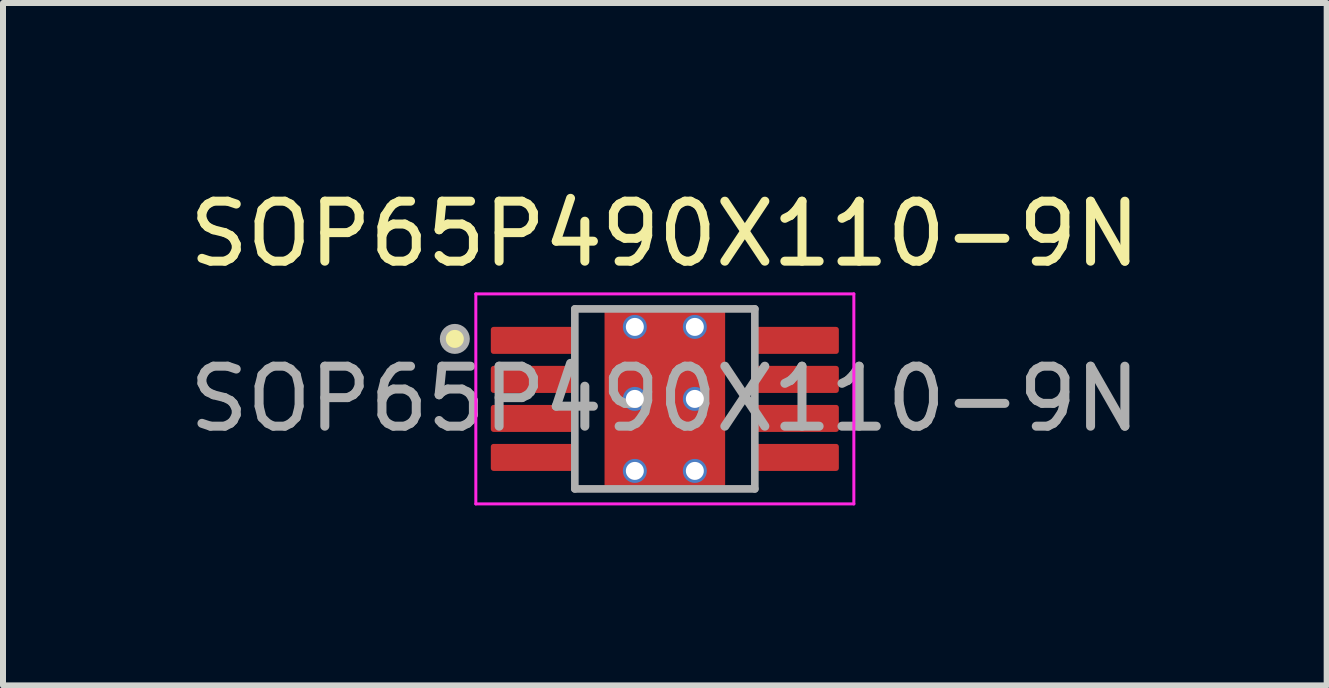
<source format=kicad_pcb>
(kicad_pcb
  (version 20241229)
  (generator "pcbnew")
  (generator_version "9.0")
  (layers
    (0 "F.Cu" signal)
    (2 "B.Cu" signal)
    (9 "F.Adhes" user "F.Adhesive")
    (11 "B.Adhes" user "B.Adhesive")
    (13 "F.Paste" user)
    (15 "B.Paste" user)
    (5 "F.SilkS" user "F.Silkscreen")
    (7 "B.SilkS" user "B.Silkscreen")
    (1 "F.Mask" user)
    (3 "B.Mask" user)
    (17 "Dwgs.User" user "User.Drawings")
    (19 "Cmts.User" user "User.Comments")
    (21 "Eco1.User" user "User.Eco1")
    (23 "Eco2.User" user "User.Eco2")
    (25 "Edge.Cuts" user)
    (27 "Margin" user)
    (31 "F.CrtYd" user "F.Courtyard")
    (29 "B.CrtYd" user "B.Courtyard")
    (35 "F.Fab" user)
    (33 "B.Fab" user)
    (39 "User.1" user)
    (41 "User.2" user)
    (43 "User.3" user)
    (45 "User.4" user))
  (footprint "SOP65P490X110-9N"
    (layer "F.Cu")
    (at 8.03 3.598)
    (property "Reference" "SOP65P490X110-9N" (at 0 -2.75 0) (layer "F.SilkS") (effects (font (size 1 1) (thickness 0.15))))
    (attr smd)
    (fp_poly (pts (xy -1.45 -1.2) (xy -1.45 -0.75) (xy -1.45 -0.747) (xy -1.45 -0.745) (xy -1.451 -0.742) (xy -1.451 -0.74) (xy -1.452 -0.737) (xy -1.452 -0.735) (xy -1.453 -0.732) (xy -1.454 -0.73) (xy -1.455 -0.727) (xy -1.457 -0.725) (xy -1.458 -0.723) (xy -1.46 -0.721) (xy -1.461 -0.719) (xy -1.463 -0.717) (xy -1.465 -0.715) (xy -1.467 -0.713) (xy -1.469 -0.711) (xy -1.471 -0.71) (xy -1.473 -0.708) (xy -1.475 -0.707) (xy -1.477 -0.705) (xy -1.48 -0.704) (xy -1.482 -0.703) (xy -1.485 -0.702) (xy -1.487 -0.702) (xy -1.49 -0.701) (xy -1.492 -0.701) (xy -1.495 -0.7) (xy -1.497 -0.7) (xy -1.5 -0.7) (xy -2.9 -0.7) (xy -2.903 -0.7) (xy -2.905 -0.7) (xy -2.908 -0.701) (xy -2.91 -0.701) (xy -2.913 -0.702) (xy -2.915 -0.702) (xy -2.918 -0.703) (xy -2.92 -0.704) (xy -2.923 -0.705) (xy -2.925 -0.707) (xy -2.927 -0.708) (xy -2.929 -0.71) (xy -2.931 -0.711) (xy -2.933 -0.713) (xy -2.935 -0.715) (xy -2.937 -0.717) (xy -2.939 -0.719) (xy -2.94 -0.721) (xy -2.942 -0.723) (xy -2.943 -0.725) (xy -2.945 -0.727) (xy -2.946 -0.73) (xy -2.947 -0.732) (xy -2.948 -0.735) (xy -2.948 -0.737) (xy -2.949 -0.74) (xy -2.949 -0.742) (xy -2.95 -0.745) (xy -2.95 -0.747) (xy -2.95 -0.75) (xy -2.95 -1.2) (xy -2.95 -1.203) (xy -2.95 -1.205) (xy -2.949 -1.208) (xy -2.949 -1.21) (xy -2.948 -1.213) (xy -2.948 -1.215) (xy -2.947 -1.218) (xy -2.946 -1.22) (xy -2.945 -1.223) (xy -2.943 -1.225) (xy -2.942 -1.227) (xy -2.94 -1.229) (xy -2.939 -1.231) (xy -2.937 -1.233) (xy -2.935 -1.235) (xy -2.933 -1.237) (xy -2.931 -1.239) (xy -2.929 -1.24) (xy -2.927 -1.242) (xy -2.925 -1.243) (xy -2.923 -1.245) (xy -2.92 -1.246) (xy -2.918 -1.247) (xy -2.915 -1.248) (xy -2.913 -1.248) (xy -2.91 -1.249) (xy -2.908 -1.249) (xy -2.905 -1.25) (xy -2.903 -1.25) (xy -2.9 -1.25) (xy -1.5 -1.25) (xy -1.497 -1.25) (xy -1.495 -1.25) (xy -1.492 -1.249) (xy -1.49 -1.249) (xy -1.487 -1.248) (xy -1.485 -1.248) (xy -1.482 -1.247) (xy -1.48 -1.246) (xy -1.477 -1.245) (xy -1.475 -1.243) (xy -1.473 -1.242) (xy -1.471 -1.24) (xy -1.469 -1.239) (xy -1.467 -1.237) (xy -1.465 -1.235) (xy -1.463 -1.233) (xy -1.461 -1.231) (xy -1.46 -1.229) (xy -1.458 -1.227) (xy -1.457 -1.225) (xy -1.455 -1.223) (xy -1.454 -1.22) (xy -1.453 -1.218) (xy -1.452 -1.215) (xy -1.452 -1.213) (xy -1.451 -1.21) (xy -1.451 -1.208) (xy -1.45 -1.205) (xy -1.45 -1.203) (xy -1.45 -1.2)) (stroke (width 0.01) (type solid)) (fill yes) (layer "F.Mask"))
    (fp_poly (pts (xy -1.45 -0.55) (xy -1.45 -0.1) (xy -1.45 -0.097) (xy -1.45 -0.095) (xy -1.451 -0.092) (xy -1.451 -0.09) (xy -1.452 -0.087) (xy -1.452 -0.085) (xy -1.453 -0.082) (xy -1.454 -0.08) (xy -1.455 -0.077) (xy -1.457 -0.075) (xy -1.458 -0.073) (xy -1.46 -0.071) (xy -1.461 -0.069) (xy -1.463 -0.067) (xy -1.465 -0.065) (xy -1.467 -0.063) (xy -1.469 -0.061) (xy -1.471 -0.06) (xy -1.473 -0.058) (xy -1.475 -0.057) (xy -1.477 -0.055) (xy -1.48 -0.054) (xy -1.482 -0.053) (xy -1.485 -0.052) (xy -1.487 -0.052) (xy -1.49 -0.051) (xy -1.492 -0.051) (xy -1.495 -0.05) (xy -1.497 -0.05) (xy -1.5 -0.05) (xy -2.9 -0.05) (xy -2.903 -0.05) (xy -2.905 -0.05) (xy -2.908 -0.051) (xy -2.91 -0.051) (xy -2.913 -0.052) (xy -2.915 -0.052) (xy -2.918 -0.053) (xy -2.92 -0.054) (xy -2.923 -0.055) (xy -2.925 -0.057) (xy -2.927 -0.058) (xy -2.929 -0.06) (xy -2.931 -0.061) (xy -2.933 -0.063) (xy -2.935 -0.065) (xy -2.937 -0.067) (xy -2.939 -0.069) (xy -2.94 -0.071) (xy -2.942 -0.073) (xy -2.943 -0.075) (xy -2.945 -0.077) (xy -2.946 -0.08) (xy -2.947 -0.082) (xy -2.948 -0.085) (xy -2.948 -0.087) (xy -2.949 -0.09) (xy -2.949 -0.092) (xy -2.95 -0.095) (xy -2.95 -0.097) (xy -2.95 -0.1) (xy -2.95 -0.55) (xy -2.95 -0.553) (xy -2.95 -0.555) (xy -2.949 -0.558) (xy -2.949 -0.56) (xy -2.948 -0.563) (xy -2.948 -0.565) (xy -2.947 -0.568) (xy -2.946 -0.57) (xy -2.945 -0.573) (xy -2.943 -0.575) (xy -2.942 -0.577) (xy -2.94 -0.579) (xy -2.939 -0.581) (xy -2.937 -0.583) (xy -2.935 -0.585) (xy -2.933 -0.587) (xy -2.931 -0.589) (xy -2.929 -0.59) (xy -2.927 -0.592) (xy -2.925 -0.593) (xy -2.923 -0.595) (xy -2.92 -0.596) (xy -2.918 -0.597) (xy -2.915 -0.598) (xy -2.913 -0.598) (xy -2.91 -0.599) (xy -2.908 -0.599) (xy -2.905 -0.6) (xy -2.903 -0.6) (xy -2.9 -0.6) (xy -1.5 -0.6) (xy -1.497 -0.6) (xy -1.495 -0.6) (xy -1.492 -0.599) (xy -1.49 -0.599) (xy -1.487 -0.598) (xy -1.485 -0.598) (xy -1.482 -0.597) (xy -1.48 -0.596) (xy -1.477 -0.595) (xy -1.475 -0.593) (xy -1.473 -0.592) (xy -1.471 -0.59) (xy -1.469 -0.589) (xy -1.467 -0.587) (xy -1.465 -0.585) (xy -1.463 -0.583) (xy -1.461 -0.581) (xy -1.46 -0.579) (xy -1.458 -0.577) (xy -1.457 -0.575) (xy -1.455 -0.573) (xy -1.454 -0.57) (xy -1.453 -0.568) (xy -1.452 -0.565) (xy -1.452 -0.563) (xy -1.451 -0.56) (xy -1.451 -0.558) (xy -1.45 -0.555) (xy -1.45 -0.553) (xy -1.45 -0.55)) (stroke (width 0.01) (type solid)) (fill yes) (layer "F.Mask"))
    (fp_poly (pts (xy -1.45 0.1) (xy -1.45 0.55) (xy -1.45 0.553) (xy -1.45 0.555) (xy -1.451 0.558) (xy -1.451 0.56) (xy -1.452 0.563) (xy -1.452 0.565) (xy -1.453 0.568) (xy -1.454 0.57) (xy -1.455 0.573) (xy -1.457 0.575) (xy -1.458 0.577) (xy -1.46 0.579) (xy -1.461 0.581) (xy -1.463 0.583) (xy -1.465 0.585) (xy -1.467 0.587) (xy -1.469 0.589) (xy -1.471 0.59) (xy -1.473 0.592) (xy -1.475 0.593) (xy -1.477 0.595) (xy -1.48 0.596) (xy -1.482 0.597) (xy -1.485 0.598) (xy -1.487 0.598) (xy -1.49 0.599) (xy -1.492 0.599) (xy -1.495 0.6) (xy -1.497 0.6) (xy -1.5 0.6) (xy -2.9 0.6) (xy -2.903 0.6) (xy -2.905 0.6) (xy -2.908 0.599) (xy -2.91 0.599) (xy -2.913 0.598) (xy -2.915 0.598) (xy -2.918 0.597) (xy -2.92 0.596) (xy -2.923 0.595) (xy -2.925 0.593) (xy -2.927 0.592) (xy -2.929 0.59) (xy -2.931 0.589) (xy -2.933 0.587) (xy -2.935 0.585) (xy -2.937 0.583) (xy -2.939 0.581) (xy -2.94 0.579) (xy -2.942 0.577) (xy -2.943 0.575) (xy -2.945 0.573) (xy -2.946 0.57) (xy -2.947 0.568) (xy -2.948 0.565) (xy -2.948 0.563) (xy -2.949 0.56) (xy -2.949 0.558) (xy -2.95 0.555) (xy -2.95 0.553) (xy -2.95 0.55) (xy -2.95 0.1) (xy -2.95 0.097) (xy -2.95 0.095) (xy -2.949 0.092) (xy -2.949 0.09) (xy -2.948 0.087) (xy -2.948 0.085) (xy -2.947 0.082) (xy -2.946 0.08) (xy -2.945 0.077) (xy -2.943 0.075) (xy -2.942 0.073) (xy -2.94 0.071) (xy -2.939 0.069) (xy -2.937 0.067) (xy -2.935 0.065) (xy -2.933 0.063) (xy -2.931 0.061) (xy -2.929 0.06) (xy -2.927 0.058) (xy -2.925 0.057) (xy -2.923 0.055) (xy -2.92 0.054) (xy -2.918 0.053) (xy -2.915 0.052) (xy -2.913 0.052) (xy -2.91 0.051) (xy -2.908 0.051) (xy -2.905 0.05) (xy -2.903 0.05) (xy -2.9 0.05) (xy -1.5 0.05) (xy -1.497 0.05) (xy -1.495 0.05) (xy -1.492 0.051) (xy -1.49 0.051) (xy -1.487 0.052) (xy -1.485 0.052) (xy -1.482 0.053) (xy -1.48 0.054) (xy -1.477 0.055) (xy -1.475 0.057) (xy -1.473 0.058) (xy -1.471 0.06) (xy -1.469 0.061) (xy -1.467 0.063) (xy -1.465 0.065) (xy -1.463 0.067) (xy -1.461 0.069) (xy -1.46 0.071) (xy -1.458 0.073) (xy -1.457 0.075) (xy -1.455 0.077) (xy -1.454 0.08) (xy -1.453 0.082) (xy -1.452 0.085) (xy -1.452 0.087) (xy -1.451 0.09) (xy -1.451 0.092) (xy -1.45 0.095) (xy -1.45 0.097) (xy -1.45 0.1)) (stroke (width 0.01) (type solid)) (fill yes) (layer "F.Mask"))
    (fp_poly (pts (xy -1.45 0.75) (xy -1.45 1.2) (xy -1.45 1.203) (xy -1.45 1.205) (xy -1.451 1.208) (xy -1.451 1.21) (xy -1.452 1.213) (xy -1.452 1.215) (xy -1.453 1.218) (xy -1.454 1.22) (xy -1.455 1.223) (xy -1.457 1.225) (xy -1.458 1.227) (xy -1.46 1.229) (xy -1.461 1.231) (xy -1.463 1.233) (xy -1.465 1.235) (xy -1.467 1.237) (xy -1.469 1.239) (xy -1.471 1.24) (xy -1.473 1.242) (xy -1.475 1.243) (xy -1.477 1.245) (xy -1.48 1.246) (xy -1.482 1.247) (xy -1.485 1.248) (xy -1.487 1.248) (xy -1.49 1.249) (xy -1.492 1.249) (xy -1.495 1.25) (xy -1.497 1.25) (xy -1.5 1.25) (xy -2.9 1.25) (xy -2.903 1.25) (xy -2.905 1.25) (xy -2.908 1.249) (xy -2.91 1.249) (xy -2.913 1.248) (xy -2.915 1.248) (xy -2.918 1.247) (xy -2.92 1.246) (xy -2.923 1.245) (xy -2.925 1.243) (xy -2.927 1.242) (xy -2.929 1.24) (xy -2.931 1.239) (xy -2.933 1.237) (xy -2.935 1.235) (xy -2.937 1.233) (xy -2.939 1.231) (xy -2.94 1.229) (xy -2.942 1.227) (xy -2.943 1.225) (xy -2.945 1.223) (xy -2.946 1.22) (xy -2.947 1.218) (xy -2.948 1.215) (xy -2.948 1.213) (xy -2.949 1.21) (xy -2.949 1.208) (xy -2.95 1.205) (xy -2.95 1.203) (xy -2.95 1.2) (xy -2.95 0.75) (xy -2.95 0.747) (xy -2.95 0.745) (xy -2.949 0.742) (xy -2.949 0.74) (xy -2.948 0.737) (xy -2.948 0.735) (xy -2.947 0.732) (xy -2.946 0.73) (xy -2.945 0.727) (xy -2.943 0.725) (xy -2.942 0.723) (xy -2.94 0.721) (xy -2.939 0.719) (xy -2.937 0.717) (xy -2.935 0.715) (xy -2.933 0.713) (xy -2.931 0.711) (xy -2.929 0.71) (xy -2.927 0.708) (xy -2.925 0.707) (xy -2.923 0.705) (xy -2.92 0.704) (xy -2.918 0.703) (xy -2.915 0.702) (xy -2.913 0.702) (xy -2.91 0.701) (xy -2.908 0.701) (xy -2.905 0.7) (xy -2.903 0.7) (xy -2.9 0.7) (xy -1.5 0.7) (xy -1.497 0.7) (xy -1.495 0.7) (xy -1.492 0.701) (xy -1.49 0.701) (xy -1.487 0.702) (xy -1.485 0.702) (xy -1.482 0.703) (xy -1.48 0.704) (xy -1.477 0.705) (xy -1.475 0.707) (xy -1.473 0.708) (xy -1.471 0.71) (xy -1.469 0.711) (xy -1.467 0.713) (xy -1.465 0.715) (xy -1.463 0.717) (xy -1.461 0.719) (xy -1.46 0.721) (xy -1.458 0.723) (xy -1.457 0.725) (xy -1.455 0.727) (xy -1.454 0.73) (xy -1.453 0.732) (xy -1.452 0.735) (xy -1.452 0.737) (xy -1.451 0.74) (xy -1.451 0.742) (xy -1.45 0.745) (xy -1.45 0.747) (xy -1.45 0.75)) (stroke (width 0.01) (type solid)) (fill yes) (layer "F.Mask"))
    (fp_poly (pts (xy 0.89 0.99) (xy -0.89 0.99) (xy -0.893 0.99) (xy -0.895 0.99) (xy -0.898 0.989) (xy -0.9 0.989) (xy -0.903 0.988) (xy -0.905 0.988) (xy -0.908 0.987) (xy -0.91 0.986) (xy -0.913 0.985) (xy -0.915 0.983) (xy -0.917 0.982) (xy -0.919 0.98) (xy -0.921 0.979) (xy -0.923 0.977) (xy -0.925 0.975) (xy -0.927 0.973) (xy -0.929 0.971) (xy -0.93 0.969) (xy -0.932 0.967) (xy -0.933 0.965) (xy -0.935 0.963) (xy -0.936 0.96) (xy -0.937 0.958) (xy -0.938 0.955) (xy -0.938 0.953) (xy -0.939 0.95) (xy -0.939 0.948) (xy -0.94 0.945) (xy -0.94 0.943) (xy -0.94 0.94) (xy -0.94 -0.94) (xy -0.94 -0.943) (xy -0.94 -0.945) (xy -0.939 -0.948) (xy -0.939 -0.95) (xy -0.938 -0.953) (xy -0.938 -0.955) (xy -0.937 -0.958) (xy -0.936 -0.96) (xy -0.935 -0.963) (xy -0.933 -0.965) (xy -0.932 -0.967) (xy -0.93 -0.969) (xy -0.929 -0.971) (xy -0.927 -0.973) (xy -0.925 -0.975) (xy -0.923 -0.977) (xy -0.921 -0.979) (xy -0.919 -0.98) (xy -0.917 -0.982) (xy -0.915 -0.983) (xy -0.913 -0.985) (xy -0.91 -0.986) (xy -0.908 -0.987) (xy -0.905 -0.988) (xy -0.903 -0.988) (xy -0.9 -0.989) (xy -0.898 -0.989) (xy -0.895 -0.99) (xy -0.893 -0.99) (xy -0.89 -0.99) (xy 0.89 -0.99) (xy 0.893 -0.99) (xy 0.895 -0.99) (xy 0.898 -0.989) (xy 0.9 -0.989) (xy 0.903 -0.988) (xy 0.905 -0.988) (xy 0.908 -0.987) (xy 0.91 -0.986) (xy 0.913 -0.985) (xy 0.915 -0.983) (xy 0.917 -0.982) (xy 0.919 -0.98) (xy 0.921 -0.979) (xy 0.923 -0.977) (xy 0.925 -0.975) (xy 0.927 -0.973) (xy 0.929 -0.971) (xy 0.93 -0.969) (xy 0.932 -0.967) (xy 0.933 -0.965) (xy 0.935 -0.963) (xy 0.936 -0.96) (xy 0.937 -0.958) (xy 0.938 -0.955) (xy 0.938 -0.953) (xy 0.939 -0.95) (xy 0.939 -0.948) (xy 0.94 -0.945) (xy 0.94 -0.943) (xy 0.94 -0.94) (xy 0.94 0.94) (xy 0.94 0.943) (xy 0.94 0.945) (xy 0.939 0.948) (xy 0.939 0.95) (xy 0.938 0.953) (xy 0.938 0.955) (xy 0.937 0.958) (xy 0.936 0.96) (xy 0.935 0.963) (xy 0.933 0.965) (xy 0.932 0.967) (xy 0.93 0.969) (xy 0.929 0.971) (xy 0.927 0.973) (xy 0.925 0.975) (xy 0.923 0.977) (xy 0.921 0.979) (xy 0.919 0.98) (xy 0.917 0.982) (xy 0.915 0.983) (xy 0.913 0.985) (xy 0.91 0.986) (xy 0.908 0.987) (xy 0.905 0.988) (xy 0.903 0.988) (xy 0.9 0.989) (xy 0.898 0.989) (xy 0.895 0.99) (xy 0.893 0.99) (xy 0.89 0.99)) (stroke (width 0.01) (type solid)) (fill yes) (layer "F.Mask"))
    (fp_poly (pts (xy 2.95 -1.2) (xy 2.95 -0.75) (xy 2.95 -0.747) (xy 2.95 -0.745) (xy 2.949 -0.742) (xy 2.949 -0.74) (xy 2.948 -0.737) (xy 2.948 -0.735) (xy 2.947 -0.732) (xy 2.946 -0.73) (xy 2.945 -0.727) (xy 2.943 -0.725) (xy 2.942 -0.723) (xy 2.94 -0.721) (xy 2.939 -0.719) (xy 2.937 -0.717) (xy 2.935 -0.715) (xy 2.933 -0.713) (xy 2.931 -0.711) (xy 2.929 -0.71) (xy 2.927 -0.708) (xy 2.925 -0.707) (xy 2.923 -0.705) (xy 2.92 -0.704) (xy 2.918 -0.703) (xy 2.915 -0.702) (xy 2.913 -0.702) (xy 2.91 -0.701) (xy 2.908 -0.701) (xy 2.905 -0.7) (xy 2.903 -0.7) (xy 2.9 -0.7) (xy 1.5 -0.7) (xy 1.497 -0.7) (xy 1.495 -0.7) (xy 1.492 -0.701) (xy 1.49 -0.701) (xy 1.487 -0.702) (xy 1.485 -0.702) (xy 1.482 -0.703) (xy 1.48 -0.704) (xy 1.477 -0.705) (xy 1.475 -0.707) (xy 1.473 -0.708) (xy 1.471 -0.71) (xy 1.469 -0.711) (xy 1.467 -0.713) (xy 1.465 -0.715) (xy 1.463 -0.717) (xy 1.461 -0.719) (xy 1.46 -0.721) (xy 1.458 -0.723) (xy 1.457 -0.725) (xy 1.455 -0.727) (xy 1.454 -0.73) (xy 1.453 -0.732) (xy 1.452 -0.735) (xy 1.452 -0.737) (xy 1.451 -0.74) (xy 1.451 -0.742) (xy 1.45 -0.745) (xy 1.45 -0.747) (xy 1.45 -0.75) (xy 1.45 -1.2) (xy 1.45 -1.203) (xy 1.45 -1.205) (xy 1.451 -1.208) (xy 1.451 -1.21) (xy 1.452 -1.213) (xy 1.452 -1.215) (xy 1.453 -1.218) (xy 1.454 -1.22) (xy 1.455 -1.223) (xy 1.457 -1.225) (xy 1.458 -1.227) (xy 1.46 -1.229) (xy 1.461 -1.231) (xy 1.463 -1.233) (xy 1.465 -1.235) (xy 1.467 -1.237) (xy 1.469 -1.239) (xy 1.471 -1.24) (xy 1.473 -1.242) (xy 1.475 -1.243) (xy 1.477 -1.245) (xy 1.48 -1.246) (xy 1.482 -1.247) (xy 1.485 -1.248) (xy 1.487 -1.248) (xy 1.49 -1.249) (xy 1.492 -1.249) (xy 1.495 -1.25) (xy 1.497 -1.25) (xy 1.5 -1.25) (xy 2.9 -1.25) (xy 2.903 -1.25) (xy 2.905 -1.25) (xy 2.908 -1.249) (xy 2.91 -1.249) (xy 2.913 -1.248) (xy 2.915 -1.248) (xy 2.918 -1.247) (xy 2.92 -1.246) (xy 2.923 -1.245) (xy 2.925 -1.243) (xy 2.927 -1.242) (xy 2.929 -1.24) (xy 2.931 -1.239) (xy 2.933 -1.237) (xy 2.935 -1.235) (xy 2.937 -1.233) (xy 2.939 -1.231) (xy 2.94 -1.229) (xy 2.942 -1.227) (xy 2.943 -1.225) (xy 2.945 -1.223) (xy 2.946 -1.22) (xy 2.947 -1.218) (xy 2.948 -1.215) (xy 2.948 -1.213) (xy 2.949 -1.21) (xy 2.949 -1.208) (xy 2.95 -1.205) (xy 2.95 -1.203) (xy 2.95 -1.2)) (stroke (width 0.01) (type solid)) (fill yes) (layer "F.Mask"))
    (fp_poly (pts (xy 2.95 -0.55) (xy 2.95 -0.1) (xy 2.95 -0.097) (xy 2.95 -0.095) (xy 2.949 -0.092) (xy 2.949 -0.09) (xy 2.948 -0.087) (xy 2.948 -0.085) (xy 2.947 -0.082) (xy 2.946 -0.08) (xy 2.945 -0.077) (xy 2.943 -0.075) (xy 2.942 -0.073) (xy 2.94 -0.071) (xy 2.939 -0.069) (xy 2.937 -0.067) (xy 2.935 -0.065) (xy 2.933 -0.063) (xy 2.931 -0.061) (xy 2.929 -0.06) (xy 2.927 -0.058) (xy 2.925 -0.057) (xy 2.923 -0.055) (xy 2.92 -0.054) (xy 2.918 -0.053) (xy 2.915 -0.052) (xy 2.913 -0.052) (xy 2.91 -0.051) (xy 2.908 -0.051) (xy 2.905 -0.05) (xy 2.903 -0.05) (xy 2.9 -0.05) (xy 1.5 -0.05) (xy 1.497 -0.05) (xy 1.495 -0.05) (xy 1.492 -0.051) (xy 1.49 -0.051) (xy 1.487 -0.052) (xy 1.485 -0.052) (xy 1.482 -0.053) (xy 1.48 -0.054) (xy 1.477 -0.055) (xy 1.475 -0.057) (xy 1.473 -0.058) (xy 1.471 -0.06) (xy 1.469 -0.061) (xy 1.467 -0.063) (xy 1.465 -0.065) (xy 1.463 -0.067) (xy 1.461 -0.069) (xy 1.46 -0.071) (xy 1.458 -0.073) (xy 1.457 -0.075) (xy 1.455 -0.077) (xy 1.454 -0.08) (xy 1.453 -0.082) (xy 1.452 -0.085) (xy 1.452 -0.087) (xy 1.451 -0.09) (xy 1.451 -0.092) (xy 1.45 -0.095) (xy 1.45 -0.097) (xy 1.45 -0.1) (xy 1.45 -0.55) (xy 1.45 -0.553) (xy 1.45 -0.555) (xy 1.451 -0.558) (xy 1.451 -0.56) (xy 1.452 -0.563) (xy 1.452 -0.565) (xy 1.453 -0.568) (xy 1.454 -0.57) (xy 1.455 -0.573) (xy 1.457 -0.575) (xy 1.458 -0.577) (xy 1.46 -0.579) (xy 1.461 -0.581) (xy 1.463 -0.583) (xy 1.465 -0.585) (xy 1.467 -0.587) (xy 1.469 -0.589) (xy 1.471 -0.59) (xy 1.473 -0.592) (xy 1.475 -0.593) (xy 1.477 -0.595) (xy 1.48 -0.596) (xy 1.482 -0.597) (xy 1.485 -0.598) (xy 1.487 -0.598) (xy 1.49 -0.599) (xy 1.492 -0.599) (xy 1.495 -0.6) (xy 1.497 -0.6) (xy 1.5 -0.6) (xy 2.9 -0.6) (xy 2.903 -0.6) (xy 2.905 -0.6) (xy 2.908 -0.599) (xy 2.91 -0.599) (xy 2.913 -0.598) (xy 2.915 -0.598) (xy 2.918 -0.597) (xy 2.92 -0.596) (xy 2.923 -0.595) (xy 2.925 -0.593) (xy 2.927 -0.592) (xy 2.929 -0.59) (xy 2.931 -0.589) (xy 2.933 -0.587) (xy 2.935 -0.585) (xy 2.937 -0.583) (xy 2.939 -0.581) (xy 2.94 -0.579) (xy 2.942 -0.577) (xy 2.943 -0.575) (xy 2.945 -0.573) (xy 2.946 -0.57) (xy 2.947 -0.568) (xy 2.948 -0.565) (xy 2.948 -0.563) (xy 2.949 -0.56) (xy 2.949 -0.558) (xy 2.95 -0.555) (xy 2.95 -0.553) (xy 2.95 -0.55)) (stroke (width 0.01) (type solid)) (fill yes) (layer "F.Mask"))
    (fp_poly (pts (xy 2.95 0.1) (xy 2.95 0.55) (xy 2.95 0.553) (xy 2.95 0.555) (xy 2.949 0.558) (xy 2.949 0.56) (xy 2.948 0.563) (xy 2.948 0.565) (xy 2.947 0.568) (xy 2.946 0.57) (xy 2.945 0.573) (xy 2.943 0.575) (xy 2.942 0.577) (xy 2.94 0.579) (xy 2.939 0.581) (xy 2.937 0.583) (xy 2.935 0.585) (xy 2.933 0.587) (xy 2.931 0.589) (xy 2.929 0.59) (xy 2.927 0.592) (xy 2.925 0.593) (xy 2.923 0.595) (xy 2.92 0.596) (xy 2.918 0.597) (xy 2.915 0.598) (xy 2.913 0.598) (xy 2.91 0.599) (xy 2.908 0.599) (xy 2.905 0.6) (xy 2.903 0.6) (xy 2.9 0.6) (xy 1.5 0.6) (xy 1.497 0.6) (xy 1.495 0.6) (xy 1.492 0.599) (xy 1.49 0.599) (xy 1.487 0.598) (xy 1.485 0.598) (xy 1.482 0.597) (xy 1.48 0.596) (xy 1.477 0.595) (xy 1.475 0.593) (xy 1.473 0.592) (xy 1.471 0.59) (xy 1.469 0.589) (xy 1.467 0.587) (xy 1.465 0.585) (xy 1.463 0.583) (xy 1.461 0.581) (xy 1.46 0.579) (xy 1.458 0.577) (xy 1.457 0.575) (xy 1.455 0.573) (xy 1.454 0.57) (xy 1.453 0.568) (xy 1.452 0.565) (xy 1.452 0.563) (xy 1.451 0.56) (xy 1.451 0.558) (xy 1.45 0.555) (xy 1.45 0.553) (xy 1.45 0.55) (xy 1.45 0.1) (xy 1.45 0.097) (xy 1.45 0.095) (xy 1.451 0.092) (xy 1.451 0.09) (xy 1.452 0.087) (xy 1.452 0.085) (xy 1.453 0.082) (xy 1.454 0.08) (xy 1.455 0.077) (xy 1.457 0.075) (xy 1.458 0.073) (xy 1.46 0.071) (xy 1.461 0.069) (xy 1.463 0.067) (xy 1.465 0.065) (xy 1.467 0.063) (xy 1.469 0.061) (xy 1.471 0.06) (xy 1.473 0.058) (xy 1.475 0.057) (xy 1.477 0.055) (xy 1.48 0.054) (xy 1.482 0.053) (xy 1.485 0.052) (xy 1.487 0.052) (xy 1.49 0.051) (xy 1.492 0.051) (xy 1.495 0.05) (xy 1.497 0.05) (xy 1.5 0.05) (xy 2.9 0.05) (xy 2.903 0.05) (xy 2.905 0.05) (xy 2.908 0.051) (xy 2.91 0.051) (xy 2.913 0.052) (xy 2.915 0.052) (xy 2.918 0.053) (xy 2.92 0.054) (xy 2.923 0.055) (xy 2.925 0.057) (xy 2.927 0.058) (xy 2.929 0.06) (xy 2.931 0.061) (xy 2.933 0.063) (xy 2.935 0.065) (xy 2.937 0.067) (xy 2.939 0.069) (xy 2.94 0.071) (xy 2.942 0.073) (xy 2.943 0.075) (xy 2.945 0.077) (xy 2.946 0.08) (xy 2.947 0.082) (xy 2.948 0.085) (xy 2.948 0.087) (xy 2.949 0.09) (xy 2.949 0.092) (xy 2.95 0.095) (xy 2.95 0.097) (xy 2.95 0.1)) (stroke (width 0.01) (type solid)) (fill yes) (layer "F.Mask"))
    (fp_poly (pts (xy 2.95 0.75) (xy 2.95 1.2) (xy 2.95 1.203) (xy 2.95 1.205) (xy 2.949 1.208) (xy 2.949 1.21) (xy 2.948 1.213) (xy 2.948 1.215) (xy 2.947 1.218) (xy 2.946 1.22) (xy 2.945 1.223) (xy 2.943 1.225) (xy 2.942 1.227) (xy 2.94 1.229) (xy 2.939 1.231) (xy 2.937 1.233) (xy 2.935 1.235) (xy 2.933 1.237) (xy 2.931 1.239) (xy 2.929 1.24) (xy 2.927 1.242) (xy 2.925 1.243) (xy 2.923 1.245) (xy 2.92 1.246) (xy 2.918 1.247) (xy 2.915 1.248) (xy 2.913 1.248) (xy 2.91 1.249) (xy 2.908 1.249) (xy 2.905 1.25) (xy 2.903 1.25) (xy 2.9 1.25) (xy 1.5 1.25) (xy 1.497 1.25) (xy 1.495 1.25) (xy 1.492 1.249) (xy 1.49 1.249) (xy 1.487 1.248) (xy 1.485 1.248) (xy 1.482 1.247) (xy 1.48 1.246) (xy 1.477 1.245) (xy 1.475 1.243) (xy 1.473 1.242) (xy 1.471 1.24) (xy 1.469 1.239) (xy 1.467 1.237) (xy 1.465 1.235) (xy 1.463 1.233) (xy 1.461 1.231) (xy 1.46 1.229) (xy 1.458 1.227) (xy 1.457 1.225) (xy 1.455 1.223) (xy 1.454 1.22) (xy 1.453 1.218) (xy 1.452 1.215) (xy 1.452 1.213) (xy 1.451 1.21) (xy 1.451 1.208) (xy 1.45 1.205) (xy 1.45 1.203) (xy 1.45 1.2) (xy 1.45 0.75) (xy 1.45 0.747) (xy 1.45 0.745) (xy 1.451 0.742) (xy 1.451 0.74) (xy 1.452 0.737) (xy 1.452 0.735) (xy 1.453 0.732) (xy 1.454 0.73) (xy 1.455 0.727) (xy 1.457 0.725) (xy 1.458 0.723) (xy 1.46 0.721) (xy 1.461 0.719) (xy 1.463 0.717) (xy 1.465 0.715) (xy 1.467 0.713) (xy 1.469 0.711) (xy 1.471 0.71) (xy 1.473 0.708) (xy 1.475 0.707) (xy 1.477 0.705) (xy 1.48 0.704) (xy 1.482 0.703) (xy 1.485 0.702) (xy 1.487 0.702) (xy 1.49 0.701) (xy 1.492 0.701) (xy 1.495 0.7) (xy 1.497 0.7) (xy 1.5 0.7) (xy 2.9 0.7) (xy 2.903 0.7) (xy 2.905 0.7) (xy 2.908 0.701) (xy 2.91 0.701) (xy 2.913 0.702) (xy 2.915 0.702) (xy 2.918 0.703) (xy 2.92 0.704) (xy 2.923 0.705) (xy 2.925 0.707) (xy 2.927 0.708) (xy 2.929 0.71) (xy 2.931 0.711) (xy 2.933 0.713) (xy 2.935 0.715) (xy 2.937 0.717) (xy 2.939 0.719) (xy 2.94 0.721) (xy 2.942 0.723) (xy 2.943 0.725) (xy 2.945 0.727) (xy 2.946 0.73) (xy 2.947 0.732) (xy 2.948 0.735) (xy 2.948 0.737) (xy 2.949 0.74) (xy 2.949 0.742) (xy 2.95 0.745) (xy 2.95 0.747) (xy 2.95 0.75)) (stroke (width 0.01) (type solid)) (fill yes) (layer "F.Mask"))
    (fp_circle (center -3.5 -1) (end -3.3 -1) (stroke (width 0) (type solid)) (fill yes) (layer "F.SilkS"))
    (fp_poly (pts (xy 0.89 0.99) (xy -0.89 0.99) (xy -0.893 0.99) (xy -0.895 0.99) (xy -0.898 0.989) (xy -0.9 0.989) (xy -0.903 0.988) (xy -0.905 0.988) (xy -0.908 0.987) (xy -0.91 0.986) (xy -0.913 0.985) (xy -0.915 0.983) (xy -0.917 0.982) (xy -0.919 0.98) (xy -0.921 0.979) (xy -0.923 0.977) (xy -0.925 0.975) (xy -0.927 0.973) (xy -0.929 0.971) (xy -0.93 0.969) (xy -0.932 0.967) (xy -0.933 0.965) (xy -0.935 0.963) (xy -0.936 0.96) (xy -0.937 0.958) (xy -0.938 0.955) (xy -0.938 0.953) (xy -0.939 0.95) (xy -0.939 0.948) (xy -0.94 0.945) (xy -0.94 0.943) (xy -0.94 0.94) (xy -0.94 -0.94) (xy -0.94 -0.943) (xy -0.94 -0.945) (xy -0.939 -0.948) (xy -0.939 -0.95) (xy -0.938 -0.953) (xy -0.938 -0.955) (xy -0.937 -0.958) (xy -0.936 -0.96) (xy -0.935 -0.963) (xy -0.933 -0.965) (xy -0.932 -0.967) (xy -0.93 -0.969) (xy -0.929 -0.971) (xy -0.927 -0.973) (xy -0.925 -0.975) (xy -0.923 -0.977) (xy -0.921 -0.979) (xy -0.919 -0.98) (xy -0.917 -0.982) (xy -0.915 -0.983) (xy -0.913 -0.985) (xy -0.91 -0.986) (xy -0.908 -0.987) (xy -0.905 -0.988) (xy -0.903 -0.988) (xy -0.9 -0.989) (xy -0.898 -0.989) (xy -0.895 -0.99) (xy -0.893 -0.99) (xy -0.89 -0.99) (xy 0.89 -0.99) (xy 0.893 -0.99) (xy 0.895 -0.99) (xy 0.898 -0.989) (xy 0.9 -0.989) (xy 0.903 -0.988) (xy 0.905 -0.988) (xy 0.908 -0.987) (xy 0.91 -0.986) (xy 0.913 -0.985) (xy 0.915 -0.983) (xy 0.917 -0.982) (xy 0.919 -0.98) (xy 0.921 -0.979) (xy 0.923 -0.977) (xy 0.925 -0.975) (xy 0.927 -0.973) (xy 0.929 -0.971) (xy 0.93 -0.969) (xy 0.932 -0.967) (xy 0.933 -0.965) (xy 0.935 -0.963) (xy 0.936 -0.96) (xy 0.937 -0.958) (xy 0.938 -0.955) (xy 0.938 -0.953) (xy 0.939 -0.95) (xy 0.939 -0.948) (xy 0.94 -0.945) (xy 0.94 -0.943) (xy 0.94 -0.94) (xy 0.94 0.94) (xy 0.94 0.943) (xy 0.94 0.945) (xy 0.939 0.948) (xy 0.939 0.95) (xy 0.938 0.953) (xy 0.938 0.955) (xy 0.937 0.958) (xy 0.936 0.96) (xy 0.935 0.963) (xy 0.933 0.965) (xy 0.932 0.967) (xy 0.93 0.969) (xy 0.929 0.971) (xy 0.927 0.973) (xy 0.925 0.975) (xy 0.923 0.977) (xy 0.921 0.979) (xy 0.919 0.98) (xy 0.917 0.982) (xy 0.915 0.983) (xy 0.913 0.985) (xy 0.91 0.986) (xy 0.908 0.987) (xy 0.905 0.988) (xy 0.903 0.988) (xy 0.9 0.989) (xy 0.898 0.989) (xy 0.895 0.99) (xy 0.893 0.99) (xy 0.89 0.99)) (stroke (width 0.01) (type solid)) (fill yes) (layer "F.Paste"))
    (fp_line (start -3.15 -1.75) (end -3.15 1.75) (stroke (width 0.05) (type solid)) (layer "F.CrtYd"))
    (fp_line (start -3.15 1.75) (end 3.15 1.75) (stroke (width 0.05) (type solid)) (layer "F.CrtYd"))
    (fp_line (start 3.15 -1.75) (end -3.15 -1.75) (stroke (width 0.05) (type solid)) (layer "F.CrtYd"))
    (fp_line (start 3.15 1.75) (end 3.15 -1.75) (stroke (width 0.05) (type solid)) (layer "F.CrtYd"))
    (fp_line (start -1.5 -1.5) (end -1.5 1.5) (stroke (width 0.127) (type solid)) (layer "F.Fab"))
    (fp_line (start -1.5 -1.5) (end 1.5 -1.5) (stroke (width 0.127) (type solid)) (layer "F.Fab"))
    (fp_line (start -1.5 1.5) (end 1.5 1.5) (stroke (width 0.127) (type solid)) (layer "F.Fab"))
    (fp_line (start 1.5 -1.5) (end 1.5 1.5) (stroke (width 0.127) (type solid)) (layer "F.Fab"))
    (fp_circle (center -3.5 -1) (end -3.3 -1) (stroke (width 0.1) (type solid)) (fill no) (layer "F.Fab"))
    (fp_text user "${REFERENCE}" (at 0 0 0) (layer "F.Fab") (effects (font (size 1 1) (thickness 0.15))))
    (pad "1" smd roundrect (at -2.2 -0.975) (size 1.4 0.45) (layers "F.Cu" "F.Paste") (roundrect_rratio 0.1))
    (pad "2" smd roundrect (at -2.2 -0.325) (size 1.4 0.45) (layers "F.Cu" "F.Paste") (roundrect_rratio 0.1))
    (pad "3" smd roundrect (at -2.2 0.325) (size 1.4 0.45) (layers "F.Cu" "F.Paste") (roundrect_rratio 0.1))
    (pad "4" smd roundrect (at -2.2 0.975) (size 1.4 0.45) (layers "F.Cu" "F.Paste") (roundrect_rratio 0.1))
    (pad "5" smd roundrect (at 2.2 0.975) (size 1.4 0.45) (layers "F.Cu" "F.Paste") (roundrect_rratio 0.1))
    (pad "6" smd roundrect (at 2.2 0.325) (size 1.4 0.45) (layers "F.Cu" "F.Paste") (roundrect_rratio 0.1))
    (pad "7" smd roundrect (at 2.2 -0.325) (size 1.4 0.45) (layers "F.Cu" "F.Paste") (roundrect_rratio 0.1))
    (pad "8" smd roundrect (at 2.2 -0.975) (size 1.4 0.45) (layers "F.Cu" "F.Paste") (roundrect_rratio 0.1))
    (pad "PAD" thru_hole circle (at -0.5 -1.2) (size 0.4 0.4) (drill 0.3) (layers "*.Cu"))
    (pad "PAD" thru_hole circle (at -0.5 0) (size 0.4 0.4) (drill 0.3) (layers "*.Cu"))
    (pad "PAD" thru_hole circle (at -0.5 1.2) (size 0.4 0.4) (drill 0.3) (layers "*.Cu"))
    (pad "PAD" smd custom (at 0 0) (size 0.5 0.5) (layers "F.Cu") (options (anchor rect)) (primitives (gr_poly (pts (xy 1 -1.45) (xy 1 1.45) (xy 1 1.453) (xy 1 1.455) (xy 0.999 1.458) (xy 0.999 1.46) (xy 0.998 1.463) (xy 0.998 1.465) (xy 0.997 1.468) (xy 0.996 1.47) (xy 0.995 1.473) (xy 0.993 1.475) (xy 0.992 1.477) (xy 0.99 1.479) (xy 0.989 1.481) (xy 0.987 1.483) (xy 0.985 1.485) (xy 0.983 1.487) (xy 0.981 1.489) (xy 0.979 1.49) (xy 0.977 1.492) (xy 0.975 1.493) (xy 0.973 1.495) (xy 0.97 1.496) (xy 0.968 1.497) (xy 0.965 1.498) (xy 0.963 1.498) (xy 0.96 1.499) (xy 0.958 1.499) (xy 0.955 1.5) (xy 0.953 1.5) (xy 0.95 1.5) (xy -0.95 1.5) (xy -0.953 1.5) (xy -0.955 1.5) (xy -0.958 1.499) (xy -0.96 1.499) (xy -0.963 1.498) (xy -0.965 1.498) (xy -0.968 1.497) (xy -0.97 1.496) (xy -0.973 1.495) (xy -0.975 1.493) (xy -0.977 1.492) (xy -0.979 1.49) (xy -0.981 1.489) (xy -0.983 1.487) (xy -0.985 1.485) (xy -0.987 1.483) (xy -0.989 1.481) (xy -0.99 1.479) (xy -0.992 1.477) (xy -0.993 1.475) (xy -0.995 1.473) (xy -0.996 1.47) (xy -0.997 1.468) (xy -0.998 1.465) (xy -0.998 1.463) (xy -0.999 1.46) (xy -0.999 1.458) (xy -1 1.455) (xy -1 1.453) (xy -1 1.45) (xy -1 -1.45) (xy -1 -1.453) (xy -1 -1.455) (xy -0.999 -1.458) (xy -0.999 -1.46) (xy -0.998 -1.463) (xy -0.998 -1.465) (xy -0.997 -1.468) (xy -0.996 -1.47) (xy -0.995 -1.473) (xy -0.993 -1.475) (xy -0.992 -1.477) (xy -0.99 -1.479) (xy -0.989 -1.481) (xy -0.987 -1.483) (xy -0.985 -1.485) (xy -0.983 -1.487) (xy -0.981 -1.489) (xy -0.979 -1.49) (xy -0.977 -1.492) (xy -0.975 -1.493) (xy -0.973 -1.495) (xy -0.97 -1.496) (xy -0.968 -1.497) (xy -0.965 -1.498) (xy -0.963 -1.498) (xy -0.96 -1.499) (xy -0.958 -1.499) (xy -0.955 -1.5) (xy -0.953 -1.5) (xy -0.95 -1.5) (xy 0.95 -1.5) (xy 0.953 -1.5) (xy 0.955 -1.5) (xy 0.958 -1.499) (xy 0.96 -1.499) (xy 0.963 -1.498) (xy 0.965 -1.498) (xy 0.968 -1.497) (xy 0.97 -1.496) (xy 0.973 -1.495) (xy 0.975 -1.493) (xy 0.977 -1.492) (xy 0.979 -1.49) (xy 0.981 -1.489) (xy 0.983 -1.487) (xy 0.985 -1.485) (xy 0.987 -1.483) (xy 0.989 -1.481) (xy 0.99 -1.479) (xy 0.992 -1.477) (xy 0.993 -1.475) (xy 0.995 -1.473) (xy 0.996 -1.47) (xy 0.997 -1.468) (xy 0.998 -1.465) (xy 0.998 -1.463) (xy 0.999 -1.46) (xy 0.999 -1.458) (xy 1 -1.455) (xy 1 -1.453) (xy 1 -1.45)) (width 0.01) (fill yes))))
    (pad "PAD" thru_hole circle (at 0.5 -1.2) (size 0.4 0.4) (drill 0.3) (layers "*.Cu"))
    (pad "PAD" thru_hole circle (at 0.5 0) (size 0.4 0.4) (drill 0.3) (layers "*.Cu"))
    (pad "PAD" thru_hole circle (at 0.5 1.2) (size 0.4 0.4) (drill 0.3) (layers "*.Cu")))
  (gr_rect
    (start -3 -3)
    (end 19.06 8.373)
    (stroke (width 0.1) (type default))
    (fill no)
    (layer "Edge.Cuts")))
</source>
